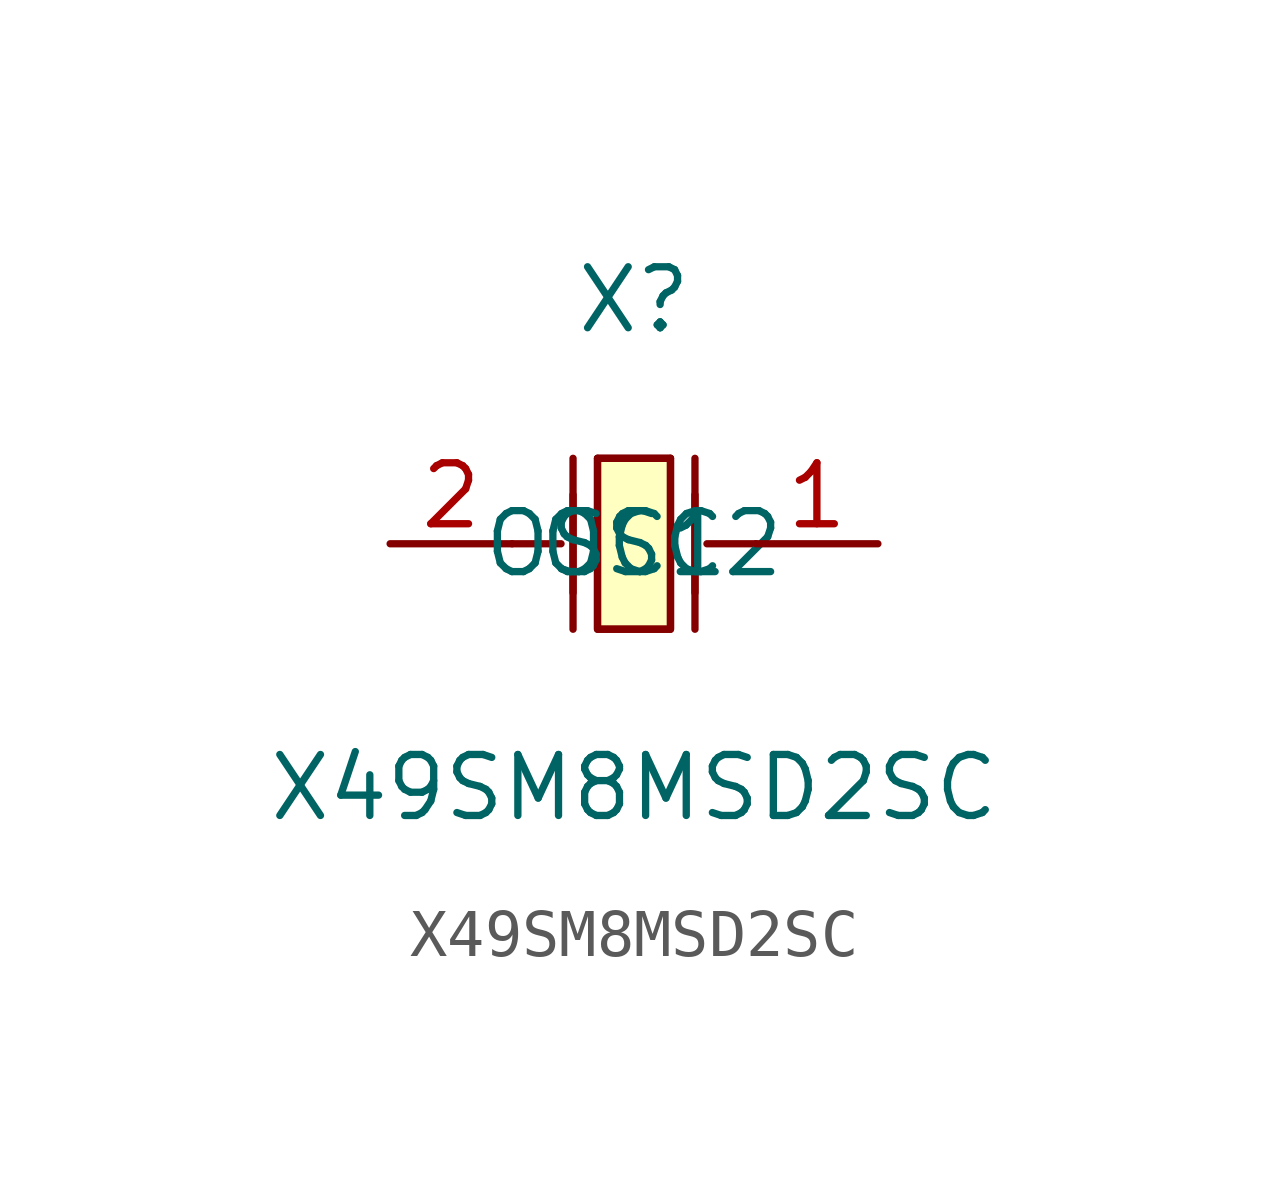
<source format=kicad_sym>
(kicad_symbol_lib
  (version 1)
  (generator "faebryk")
  (symbol "X49SM8MSD2SC"
    (property "Reference" "X"
      (at 0 5.08 0)
      (effects (font (size 1.27 1.27)) (hide no)))
    (property "Value" "X49SM8MSD2SC"
      (at 0 -5.08 0)
      (effects (font (size 1.27 1.27)) (hide no)))
    (symbol "X49SM8MSD2SC_0_1"
      (polyline (stroke (width 0) (type default) (color 0 0 0 0)) (fill (type none)) (pts (xy 1.27 1.02) (xy 1.27 -1.02)))
      (polyline (stroke (width 0) (type default) (color 0 0 0 0)) (fill (type none)) (pts (xy -0.76 1.78) (xy 0.76 1.78)))
      (polyline (stroke (width 0) (type default) (color 0 0 0 0)) (fill (type none)) (pts (xy -1.27 1.02) (xy -1.27 -1.02)))
      (polyline (stroke (width 0) (type default) (color 0 0 0 0)) (fill (type none)) (pts (xy 0.76 1.78) (xy 0.76 -1.78) (xy -0.76 -1.78) (xy -0.76 1.78)))
      (polyline (stroke (width 0) (type default) (color 0 0 0 0)) (fill (type none)) (pts (xy -2.54 0) (xy -1.52 0)))
      (polyline (stroke (width 0) (type default) (color 0 0 0 0)) (fill (type none)) (pts (xy 2.54 0) (xy 1.52 0)))
      (polyline (stroke (width 0) (type default) (color 0 0 0 0)) (fill (type none)) (pts (xy -1.27 1.78) (xy -1.27 -1.78)))
      (polyline (stroke (width 0) (type default) (color 0 0 0 0)) (fill (type none)) (pts (xy 1.27 1.78) (xy 1.27 -1.78)))
      (polyline (stroke (width 0) (type default) (color 0 0 0 0)) (fill (type background)) (pts (xy -0.76 -1.78) (xy -0.76 1.78) (xy 0.76 1.78) (xy 0.76 -1.78) (xy -0.76 -1.78)))
      (pin input line (at 5.08 0 180) (length 2.54) (name "OSC1" (effects (font (size 1.27 1.27)) (hide no))) (number "1" (effects (font (size 1.27 1.27)) (hide no))))
      (pin input line (at -5.08 0 0) (length 2.54) (name "OSC2" (effects (font (size 1.27 1.27)) (hide no))) (number "2" (effects (font (size 1.27 1.27)) (hide no)))))))
</source>
